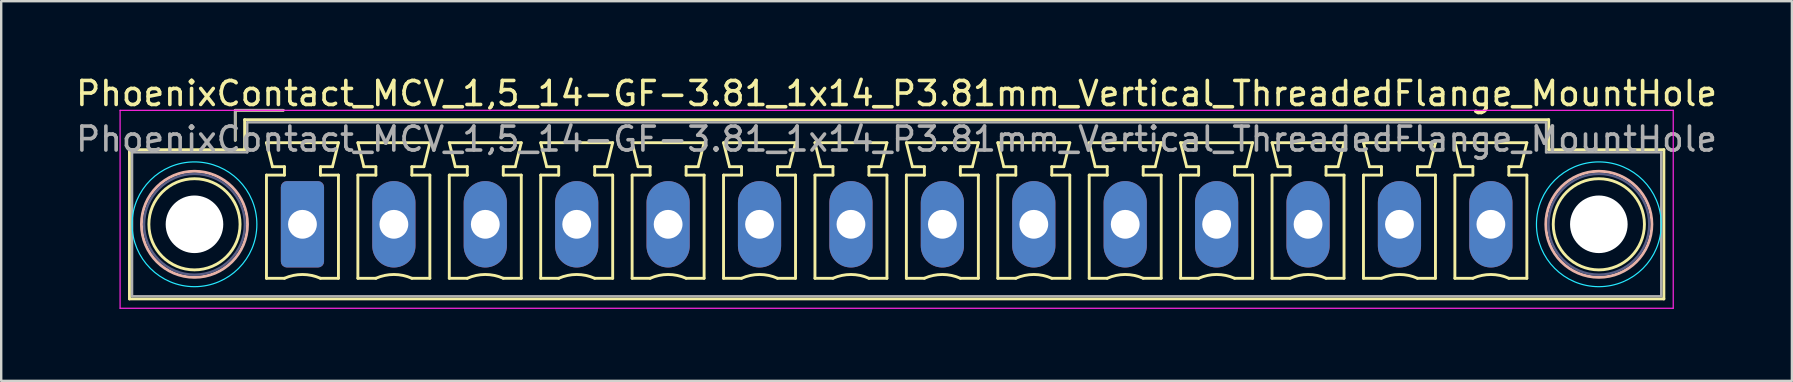
<source format=kicad_pcb>
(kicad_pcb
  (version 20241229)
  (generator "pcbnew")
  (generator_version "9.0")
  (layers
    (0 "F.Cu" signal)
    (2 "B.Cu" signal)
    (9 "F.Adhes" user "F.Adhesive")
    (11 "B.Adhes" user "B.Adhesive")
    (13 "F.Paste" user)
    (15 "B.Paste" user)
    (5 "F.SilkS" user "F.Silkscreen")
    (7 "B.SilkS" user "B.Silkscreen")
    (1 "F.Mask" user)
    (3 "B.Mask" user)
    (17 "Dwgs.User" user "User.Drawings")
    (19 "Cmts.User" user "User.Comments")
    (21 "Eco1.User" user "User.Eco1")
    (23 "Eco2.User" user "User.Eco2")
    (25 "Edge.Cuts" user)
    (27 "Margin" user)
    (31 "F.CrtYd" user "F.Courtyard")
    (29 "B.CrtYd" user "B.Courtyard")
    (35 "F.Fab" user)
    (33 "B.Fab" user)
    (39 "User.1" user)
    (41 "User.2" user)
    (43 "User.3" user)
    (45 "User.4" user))
  (footprint "PhoenixContact_MCV_1,5_14-GF-3.81_1x14_P3.81mm_Vertical_ThreadedFlange_MountHole"
    (layer "F.Cu")
    (at 9.555 6.298)
    (property "Reference" "PhoenixContact_MCV_1,5_14-GF-3.81_1x14_P3.81mm_Vertical_ThreadedFlange_MountHole" (at 24.76 -5.45 0) (layer "F.SilkS") (effects (font (size 1 1) (thickness 0.15))))
    (attr through_hole)
    (fp_line (start -7.21 -3.11) (end -7.21 3.11) (stroke (width 0.12) (type solid)) (layer "F.SilkS"))
    (fp_line (start -7.21 3.11) (end 56.74 3.11) (stroke (width 0.12) (type solid)) (layer "F.SilkS"))
    (fp_line (start -2.8 -4.75) (end -0.8 -4.75) (stroke (width 0.12) (type solid)) (layer "F.SilkS"))
    (fp_line (start -2.8 -3.5) (end -2.8 -4.75) (stroke (width 0.12) (type solid)) (layer "F.SilkS"))
    (fp_line (start -2.41 -4.36) (end -2.41 -3.11) (stroke (width 0.12) (type solid)) (layer "F.SilkS"))
    (fp_line (start -2.41 -3.11) (end -7.21 -3.11) (stroke (width 0.12) (type solid)) (layer "F.SilkS"))
    (fp_line (start -1.5 -3.4) (end 1.5 -3.4) (stroke (width 0.12) (type solid)) (layer "F.SilkS"))
    (fp_line (start -1.5 -2.05) (end -0.75 -2.05) (stroke (width 0.12) (type solid)) (layer "F.SilkS"))
    (fp_line (start -1.5 2.25) (end -1.5 -2.05) (stroke (width 0.12) (type solid)) (layer "F.SilkS"))
    (fp_line (start -1.25 -2.4) (end -1.5 -3.4) (stroke (width 0.12) (type solid)) (layer "F.SilkS"))
    (fp_line (start -0.75 -2.4) (end -1.25 -2.4) (stroke (width 0.12) (type solid)) (layer "F.SilkS"))
    (fp_line (start -0.75 -2.05) (end -0.75 -2.4) (stroke (width 0.12) (type solid)) (layer "F.SilkS"))
    (fp_line (start -0.75 2.25) (end -1.5 2.25) (stroke (width 0.12) (type solid)) (layer "F.SilkS"))
    (fp_line (start 0.75 -2.4) (end 0.75 -2.05) (stroke (width 0.12) (type solid)) (layer "F.SilkS"))
    (fp_line (start 0.75 -2.05) (end 1.5 -2.05) (stroke (width 0.12) (type solid)) (layer "F.SilkS"))
    (fp_line (start 1.25 -2.4) (end 0.75 -2.4) (stroke (width 0.12) (type solid)) (layer "F.SilkS"))
    (fp_line (start 1.5 -3.4) (end 1.25 -2.4) (stroke (width 0.12) (type solid)) (layer "F.SilkS"))
    (fp_line (start 1.5 -2.05) (end 1.5 2.25) (stroke (width 0.12) (type solid)) (layer "F.SilkS"))
    (fp_line (start 1.5 2.25) (end 0.75 2.25) (stroke (width 0.12) (type solid)) (layer "F.SilkS"))
    (fp_line (start 2.31 -3.4) (end 5.31 -3.4) (stroke (width 0.12) (type solid)) (layer "F.SilkS"))
    (fp_line (start 2.31 -2.05) (end 3.06 -2.05) (stroke (width 0.12) (type solid)) (layer "F.SilkS"))
    (fp_line (start 2.31 2.25) (end 2.31 -2.05) (stroke (width 0.12) (type solid)) (layer "F.SilkS"))
    (fp_line (start 2.56 -2.4) (end 2.31 -3.4) (stroke (width 0.12) (type solid)) (layer "F.SilkS"))
    (fp_line (start 3.06 -2.4) (end 2.56 -2.4) (stroke (width 0.12) (type solid)) (layer "F.SilkS"))
    (fp_line (start 3.06 -2.05) (end 3.06 -2.4) (stroke (width 0.12) (type solid)) (layer "F.SilkS"))
    (fp_line (start 3.06 2.25) (end 2.31 2.25) (stroke (width 0.12) (type solid)) (layer "F.SilkS"))
    (fp_line (start 4.56 -2.4) (end 4.56 -2.05) (stroke (width 0.12) (type solid)) (layer "F.SilkS"))
    (fp_line (start 4.56 -2.05) (end 5.31 -2.05) (stroke (width 0.12) (type solid)) (layer "F.SilkS"))
    (fp_line (start 5.06 -2.4) (end 4.56 -2.4) (stroke (width 0.12) (type solid)) (layer "F.SilkS"))
    (fp_line (start 5.31 -3.4) (end 5.06 -2.4) (stroke (width 0.12) (type solid)) (layer "F.SilkS"))
    (fp_line (start 5.31 -2.05) (end 5.31 2.25) (stroke (width 0.12) (type solid)) (layer "F.SilkS"))
    (fp_line (start 5.31 2.25) (end 4.56 2.25) (stroke (width 0.12) (type solid)) (layer "F.SilkS"))
    (fp_line (start 6.12 -3.4) (end 9.12 -3.4) (stroke (width 0.12) (type solid)) (layer "F.SilkS"))
    (fp_line (start 6.12 -2.05) (end 6.87 -2.05) (stroke (width 0.12) (type solid)) (layer "F.SilkS"))
    (fp_line (start 6.12 2.25) (end 6.12 -2.05) (stroke (width 0.12) (type solid)) (layer "F.SilkS"))
    (fp_line (start 6.37 -2.4) (end 6.12 -3.4) (stroke (width 0.12) (type solid)) (layer "F.SilkS"))
    (fp_line (start 6.87 -2.4) (end 6.37 -2.4) (stroke (width 0.12) (type solid)) (layer "F.SilkS"))
    (fp_line (start 6.87 -2.05) (end 6.87 -2.4) (stroke (width 0.12) (type solid)) (layer "F.SilkS"))
    (fp_line (start 6.87 2.25) (end 6.12 2.25) (stroke (width 0.12) (type solid)) (layer "F.SilkS"))
    (fp_line (start 8.37 -2.4) (end 8.37 -2.05) (stroke (width 0.12) (type solid)) (layer "F.SilkS"))
    (fp_line (start 8.37 -2.05) (end 9.12 -2.05) (stroke (width 0.12) (type solid)) (layer "F.SilkS"))
    (fp_line (start 8.87 -2.4) (end 8.37 -2.4) (stroke (width 0.12) (type solid)) (layer "F.SilkS"))
    (fp_line (start 9.12 -3.4) (end 8.87 -2.4) (stroke (width 0.12) (type solid)) (layer "F.SilkS"))
    (fp_line (start 9.12 -2.05) (end 9.12 2.25) (stroke (width 0.12) (type solid)) (layer "F.SilkS"))
    (fp_line (start 9.12 2.25) (end 8.37 2.25) (stroke (width 0.12) (type solid)) (layer "F.SilkS"))
    (fp_line (start 9.93 -3.4) (end 12.93 -3.4) (stroke (width 0.12) (type solid)) (layer "F.SilkS"))
    (fp_line (start 9.93 -2.05) (end 10.68 -2.05) (stroke (width 0.12) (type solid)) (layer "F.SilkS"))
    (fp_line (start 9.93 2.25) (end 9.93 -2.05) (stroke (width 0.12) (type solid)) (layer "F.SilkS"))
    (fp_line (start 10.18 -2.4) (end 9.93 -3.4) (stroke (width 0.12) (type solid)) (layer "F.SilkS"))
    (fp_line (start 10.68 -2.4) (end 10.18 -2.4) (stroke (width 0.12) (type solid)) (layer "F.SilkS"))
    (fp_line (start 10.68 -2.05) (end 10.68 -2.4) (stroke (width 0.12) (type solid)) (layer "F.SilkS"))
    (fp_line (start 10.68 2.25) (end 9.93 2.25) (stroke (width 0.12) (type solid)) (layer "F.SilkS"))
    (fp_line (start 12.18 -2.4) (end 12.18 -2.05) (stroke (width 0.12) (type solid)) (layer "F.SilkS"))
    (fp_line (start 12.18 -2.05) (end 12.93 -2.05) (stroke (width 0.12) (type solid)) (layer "F.SilkS"))
    (fp_line (start 12.68 -2.4) (end 12.18 -2.4) (stroke (width 0.12) (type solid)) (layer "F.SilkS"))
    (fp_line (start 12.93 -3.4) (end 12.68 -2.4) (stroke (width 0.12) (type solid)) (layer "F.SilkS"))
    (fp_line (start 12.93 -2.05) (end 12.93 2.25) (stroke (width 0.12) (type solid)) (layer "F.SilkS"))
    (fp_line (start 12.93 2.25) (end 12.18 2.25) (stroke (width 0.12) (type solid)) (layer "F.SilkS"))
    (fp_line (start 13.74 -3.4) (end 16.74 -3.4) (stroke (width 0.12) (type solid)) (layer "F.SilkS"))
    (fp_line (start 13.74 -2.05) (end 14.49 -2.05) (stroke (width 0.12) (type solid)) (layer "F.SilkS"))
    (fp_line (start 13.74 2.25) (end 13.74 -2.05) (stroke (width 0.12) (type solid)) (layer "F.SilkS"))
    (fp_line (start 13.99 -2.4) (end 13.74 -3.4) (stroke (width 0.12) (type solid)) (layer "F.SilkS"))
    (fp_line (start 14.49 -2.4) (end 13.99 -2.4) (stroke (width 0.12) (type solid)) (layer "F.SilkS"))
    (fp_line (start 14.49 -2.05) (end 14.49 -2.4) (stroke (width 0.12) (type solid)) (layer "F.SilkS"))
    (fp_line (start 14.49 2.25) (end 13.74 2.25) (stroke (width 0.12) (type solid)) (layer "F.SilkS"))
    (fp_line (start 15.99 -2.4) (end 15.99 -2.05) (stroke (width 0.12) (type solid)) (layer "F.SilkS"))
    (fp_line (start 15.99 -2.05) (end 16.74 -2.05) (stroke (width 0.12) (type solid)) (layer "F.SilkS"))
    (fp_line (start 16.49 -2.4) (end 15.99 -2.4) (stroke (width 0.12) (type solid)) (layer "F.SilkS"))
    (fp_line (start 16.74 -3.4) (end 16.49 -2.4) (stroke (width 0.12) (type solid)) (layer "F.SilkS"))
    (fp_line (start 16.74 -2.05) (end 16.74 2.25) (stroke (width 0.12) (type solid)) (layer "F.SilkS"))
    (fp_line (start 16.74 2.25) (end 15.99 2.25) (stroke (width 0.12) (type solid)) (layer "F.SilkS"))
    (fp_line (start 17.55 -3.4) (end 20.55 -3.4) (stroke (width 0.12) (type solid)) (layer "F.SilkS"))
    (fp_line (start 17.55 -2.05) (end 18.3 -2.05) (stroke (width 0.12) (type solid)) (layer "F.SilkS"))
    (fp_line (start 17.55 2.25) (end 17.55 -2.05) (stroke (width 0.12) (type solid)) (layer "F.SilkS"))
    (fp_line (start 17.8 -2.4) (end 17.55 -3.4) (stroke (width 0.12) (type solid)) (layer "F.SilkS"))
    (fp_line (start 18.3 -2.4) (end 17.8 -2.4) (stroke (width 0.12) (type solid)) (layer "F.SilkS"))
    (fp_line (start 18.3 -2.05) (end 18.3 -2.4) (stroke (width 0.12) (type solid)) (layer "F.SilkS"))
    (fp_line (start 18.3 2.25) (end 17.55 2.25) (stroke (width 0.12) (type solid)) (layer "F.SilkS"))
    (fp_line (start 19.8 -2.4) (end 19.8 -2.05) (stroke (width 0.12) (type solid)) (layer "F.SilkS"))
    (fp_line (start 19.8 -2.05) (end 20.55 -2.05) (stroke (width 0.12) (type solid)) (layer "F.SilkS"))
    (fp_line (start 20.3 -2.4) (end 19.8 -2.4) (stroke (width 0.12) (type solid)) (layer "F.SilkS"))
    (fp_line (start 20.55 -3.4) (end 20.3 -2.4) (stroke (width 0.12) (type solid)) (layer "F.SilkS"))
    (fp_line (start 20.55 -2.05) (end 20.55 2.25) (stroke (width 0.12) (type solid)) (layer "F.SilkS"))
    (fp_line (start 20.55 2.25) (end 19.8 2.25) (stroke (width 0.12) (type solid)) (layer "F.SilkS"))
    (fp_line (start 21.36 -3.4) (end 24.36 -3.4) (stroke (width 0.12) (type solid)) (layer "F.SilkS"))
    (fp_line (start 21.36 -2.05) (end 22.11 -2.05) (stroke (width 0.12) (type solid)) (layer "F.SilkS"))
    (fp_line (start 21.36 2.25) (end 21.36 -2.05) (stroke (width 0.12) (type solid)) (layer "F.SilkS"))
    (fp_line (start 21.61 -2.4) (end 21.36 -3.4) (stroke (width 0.12) (type solid)) (layer "F.SilkS"))
    (fp_line (start 22.11 -2.4) (end 21.61 -2.4) (stroke (width 0.12) (type solid)) (layer "F.SilkS"))
    (fp_line (start 22.11 -2.05) (end 22.11 -2.4) (stroke (width 0.12) (type solid)) (layer "F.SilkS"))
    (fp_line (start 22.11 2.25) (end 21.36 2.25) (stroke (width 0.12) (type solid)) (layer "F.SilkS"))
    (fp_line (start 23.61 -2.4) (end 23.61 -2.05) (stroke (width 0.12) (type solid)) (layer "F.SilkS"))
    (fp_line (start 23.61 -2.05) (end 24.36 -2.05) (stroke (width 0.12) (type solid)) (layer "F.SilkS"))
    (fp_line (start 24.11 -2.4) (end 23.61 -2.4) (stroke (width 0.12) (type solid)) (layer "F.SilkS"))
    (fp_line (start 24.36 -3.4) (end 24.11 -2.4) (stroke (width 0.12) (type solid)) (layer "F.SilkS"))
    (fp_line (start 24.36 -2.05) (end 24.36 2.25) (stroke (width 0.12) (type solid)) (layer "F.SilkS"))
    (fp_line (start 24.36 2.25) (end 23.61 2.25) (stroke (width 0.12) (type solid)) (layer "F.SilkS"))
    (fp_line (start 25.17 -3.4) (end 28.17 -3.4) (stroke (width 0.12) (type solid)) (layer "F.SilkS"))
    (fp_line (start 25.17 -2.05) (end 25.92 -2.05) (stroke (width 0.12) (type solid)) (layer "F.SilkS"))
    (fp_line (start 25.17 2.25) (end 25.17 -2.05) (stroke (width 0.12) (type solid)) (layer "F.SilkS"))
    (fp_line (start 25.42 -2.4) (end 25.17 -3.4) (stroke (width 0.12) (type solid)) (layer "F.SilkS"))
    (fp_line (start 25.92 -2.4) (end 25.42 -2.4) (stroke (width 0.12) (type solid)) (layer "F.SilkS"))
    (fp_line (start 25.92 -2.05) (end 25.92 -2.4) (stroke (width 0.12) (type solid)) (layer "F.SilkS"))
    (fp_line (start 25.92 2.25) (end 25.17 2.25) (stroke (width 0.12) (type solid)) (layer "F.SilkS"))
    (fp_line (start 27.42 -2.4) (end 27.42 -2.05) (stroke (width 0.12) (type solid)) (layer "F.SilkS"))
    (fp_line (start 27.42 -2.05) (end 28.17 -2.05) (stroke (width 0.12) (type solid)) (layer "F.SilkS"))
    (fp_line (start 27.92 -2.4) (end 27.42 -2.4) (stroke (width 0.12) (type solid)) (layer "F.SilkS"))
    (fp_line (start 28.17 -3.4) (end 27.92 -2.4) (stroke (width 0.12) (type solid)) (layer "F.SilkS"))
    (fp_line (start 28.17 -2.05) (end 28.17 2.25) (stroke (width 0.12) (type solid)) (layer "F.SilkS"))
    (fp_line (start 28.17 2.25) (end 27.42 2.25) (stroke (width 0.12) (type solid)) (layer "F.SilkS"))
    (fp_line (start 28.98 -3.4) (end 31.98 -3.4) (stroke (width 0.12) (type solid)) (layer "F.SilkS"))
    (fp_line (start 28.98 -2.05) (end 29.73 -2.05) (stroke (width 0.12) (type solid)) (layer "F.SilkS"))
    (fp_line (start 28.98 2.25) (end 28.98 -2.05) (stroke (width 0.12) (type solid)) (layer "F.SilkS"))
    (fp_line (start 29.23 -2.4) (end 28.98 -3.4) (stroke (width 0.12) (type solid)) (layer "F.SilkS"))
    (fp_line (start 29.73 -2.4) (end 29.23 -2.4) (stroke (width 0.12) (type solid)) (layer "F.SilkS"))
    (fp_line (start 29.73 -2.05) (end 29.73 -2.4) (stroke (width 0.12) (type solid)) (layer "F.SilkS"))
    (fp_line (start 29.73 2.25) (end 28.98 2.25) (stroke (width 0.12) (type solid)) (layer "F.SilkS"))
    (fp_line (start 31.23 -2.4) (end 31.23 -2.05) (stroke (width 0.12) (type solid)) (layer "F.SilkS"))
    (fp_line (start 31.23 -2.05) (end 31.98 -2.05) (stroke (width 0.12) (type solid)) (layer "F.SilkS"))
    (fp_line (start 31.73 -2.4) (end 31.23 -2.4) (stroke (width 0.12) (type solid)) (layer "F.SilkS"))
    (fp_line (start 31.98 -3.4) (end 31.73 -2.4) (stroke (width 0.12) (type solid)) (layer "F.SilkS"))
    (fp_line (start 31.98 -2.05) (end 31.98 2.25) (stroke (width 0.12) (type solid)) (layer "F.SilkS"))
    (fp_line (start 31.98 2.25) (end 31.23 2.25) (stroke (width 0.12) (type solid)) (layer "F.SilkS"))
    (fp_line (start 32.79 -3.4) (end 35.79 -3.4) (stroke (width 0.12) (type solid)) (layer "F.SilkS"))
    (fp_line (start 32.79 -2.05) (end 33.54 -2.05) (stroke (width 0.12) (type solid)) (layer "F.SilkS"))
    (fp_line (start 32.79 2.25) (end 32.79 -2.05) (stroke (width 0.12) (type solid)) (layer "F.SilkS"))
    (fp_line (start 33.04 -2.4) (end 32.79 -3.4) (stroke (width 0.12) (type solid)) (layer "F.SilkS"))
    (fp_line (start 33.54 -2.4) (end 33.04 -2.4) (stroke (width 0.12) (type solid)) (layer "F.SilkS"))
    (fp_line (start 33.54 -2.05) (end 33.54 -2.4) (stroke (width 0.12) (type solid)) (layer "F.SilkS"))
    (fp_line (start 33.54 2.25) (end 32.79 2.25) (stroke (width 0.12) (type solid)) (layer "F.SilkS"))
    (fp_line (start 35.04 -2.4) (end 35.04 -2.05) (stroke (width 0.12) (type solid)) (layer "F.SilkS"))
    (fp_line (start 35.04 -2.05) (end 35.79 -2.05) (stroke (width 0.12) (type solid)) (layer "F.SilkS"))
    (fp_line (start 35.54 -2.4) (end 35.04 -2.4) (stroke (width 0.12) (type solid)) (layer "F.SilkS"))
    (fp_line (start 35.79 -3.4) (end 35.54 -2.4) (stroke (width 0.12) (type solid)) (layer "F.SilkS"))
    (fp_line (start 35.79 -2.05) (end 35.79 2.25) (stroke (width 0.12) (type solid)) (layer "F.SilkS"))
    (fp_line (start 35.79 2.25) (end 35.04 2.25) (stroke (width 0.12) (type solid)) (layer "F.SilkS"))
    (fp_line (start 36.6 -3.4) (end 39.6 -3.4) (stroke (width 0.12) (type solid)) (layer "F.SilkS"))
    (fp_line (start 36.6 -2.05) (end 37.35 -2.05) (stroke (width 0.12) (type solid)) (layer "F.SilkS"))
    (fp_line (start 36.6 2.25) (end 36.6 -2.05) (stroke (width 0.12) (type solid)) (layer "F.SilkS"))
    (fp_line (start 36.85 -2.4) (end 36.6 -3.4) (stroke (width 0.12) (type solid)) (layer "F.SilkS"))
    (fp_line (start 37.35 -2.4) (end 36.85 -2.4) (stroke (width 0.12) (type solid)) (layer "F.SilkS"))
    (fp_line (start 37.35 -2.05) (end 37.35 -2.4) (stroke (width 0.12) (type solid)) (layer "F.SilkS"))
    (fp_line (start 37.35 2.25) (end 36.6 2.25) (stroke (width 0.12) (type solid)) (layer "F.SilkS"))
    (fp_line (start 38.85 -2.4) (end 38.85 -2.05) (stroke (width 0.12) (type solid)) (layer "F.SilkS"))
    (fp_line (start 38.85 -2.05) (end 39.6 -2.05) (stroke (width 0.12) (type solid)) (layer "F.SilkS"))
    (fp_line (start 39.35 -2.4) (end 38.85 -2.4) (stroke (width 0.12) (type solid)) (layer "F.SilkS"))
    (fp_line (start 39.6 -3.4) (end 39.35 -2.4) (stroke (width 0.12) (type solid)) (layer "F.SilkS"))
    (fp_line (start 39.6 -2.05) (end 39.6 2.25) (stroke (width 0.12) (type solid)) (layer "F.SilkS"))
    (fp_line (start 39.6 2.25) (end 38.85 2.25) (stroke (width 0.12) (type solid)) (layer "F.SilkS"))
    (fp_line (start 40.41 -3.4) (end 43.41 -3.4) (stroke (width 0.12) (type solid)) (layer "F.SilkS"))
    (fp_line (start 40.41 -2.05) (end 41.16 -2.05) (stroke (width 0.12) (type solid)) (layer "F.SilkS"))
    (fp_line (start 40.41 2.25) (end 40.41 -2.05) (stroke (width 0.12) (type solid)) (layer "F.SilkS"))
    (fp_line (start 40.66 -2.4) (end 40.41 -3.4) (stroke (width 0.12) (type solid)) (layer "F.SilkS"))
    (fp_line (start 41.16 -2.4) (end 40.66 -2.4) (stroke (width 0.12) (type solid)) (layer "F.SilkS"))
    (fp_line (start 41.16 -2.05) (end 41.16 -2.4) (stroke (width 0.12) (type solid)) (layer "F.SilkS"))
    (fp_line (start 41.16 2.25) (end 40.41 2.25) (stroke (width 0.12) (type solid)) (layer "F.SilkS"))
    (fp_line (start 42.66 -2.4) (end 42.66 -2.05) (stroke (width 0.12) (type solid)) (layer "F.SilkS"))
    (fp_line (start 42.66 -2.05) (end 43.41 -2.05) (stroke (width 0.12) (type solid)) (layer "F.SilkS"))
    (fp_line (start 43.16 -2.4) (end 42.66 -2.4) (stroke (width 0.12) (type solid)) (layer "F.SilkS"))
    (fp_line (start 43.41 -3.4) (end 43.16 -2.4) (stroke (width 0.12) (type solid)) (layer "F.SilkS"))
    (fp_line (start 43.41 -2.05) (end 43.41 2.25) (stroke (width 0.12) (type solid)) (layer "F.SilkS"))
    (fp_line (start 43.41 2.25) (end 42.66 2.25) (stroke (width 0.12) (type solid)) (layer "F.SilkS"))
    (fp_line (start 44.22 -3.4) (end 47.22 -3.4) (stroke (width 0.12) (type solid)) (layer "F.SilkS"))
    (fp_line (start 44.22 -2.05) (end 44.97 -2.05) (stroke (width 0.12) (type solid)) (layer "F.SilkS"))
    (fp_line (start 44.22 2.25) (end 44.22 -2.05) (stroke (width 0.12) (type solid)) (layer "F.SilkS"))
    (fp_line (start 44.47 -2.4) (end 44.22 -3.4) (stroke (width 0.12) (type solid)) (layer "F.SilkS"))
    (fp_line (start 44.97 -2.4) (end 44.47 -2.4) (stroke (width 0.12) (type solid)) (layer "F.SilkS"))
    (fp_line (start 44.97 -2.05) (end 44.97 -2.4) (stroke (width 0.12) (type solid)) (layer "F.SilkS"))
    (fp_line (start 44.97 2.25) (end 44.22 2.25) (stroke (width 0.12) (type solid)) (layer "F.SilkS"))
    (fp_line (start 46.47 -2.4) (end 46.47 -2.05) (stroke (width 0.12) (type solid)) (layer "F.SilkS"))
    (fp_line (start 46.47 -2.05) (end 47.22 -2.05) (stroke (width 0.12) (type solid)) (layer "F.SilkS"))
    (fp_line (start 46.97 -2.4) (end 46.47 -2.4) (stroke (width 0.12) (type solid)) (layer "F.SilkS"))
    (fp_line (start 47.22 -3.4) (end 46.97 -2.4) (stroke (width 0.12) (type solid)) (layer "F.SilkS"))
    (fp_line (start 47.22 -2.05) (end 47.22 2.25) (stroke (width 0.12) (type solid)) (layer "F.SilkS"))
    (fp_line (start 47.22 2.25) (end 46.47 2.25) (stroke (width 0.12) (type solid)) (layer "F.SilkS"))
    (fp_line (start 48.03 -3.4) (end 51.03 -3.4) (stroke (width 0.12) (type solid)) (layer "F.SilkS"))
    (fp_line (start 48.03 -2.05) (end 48.78 -2.05) (stroke (width 0.12) (type solid)) (layer "F.SilkS"))
    (fp_line (start 48.03 2.25) (end 48.03 -2.05) (stroke (width 0.12) (type solid)) (layer "F.SilkS"))
    (fp_line (start 48.28 -2.4) (end 48.03 -3.4) (stroke (width 0.12) (type solid)) (layer "F.SilkS"))
    (fp_line (start 48.78 -2.4) (end 48.28 -2.4) (stroke (width 0.12) (type solid)) (layer "F.SilkS"))
    (fp_line (start 48.78 -2.05) (end 48.78 -2.4) (stroke (width 0.12) (type solid)) (layer "F.SilkS"))
    (fp_line (start 48.78 2.25) (end 48.03 2.25) (stroke (width 0.12) (type solid)) (layer "F.SilkS"))
    (fp_line (start 50.28 -2.4) (end 50.28 -2.05) (stroke (width 0.12) (type solid)) (layer "F.SilkS"))
    (fp_line (start 50.28 -2.05) (end 51.03 -2.05) (stroke (width 0.12) (type solid)) (layer "F.SilkS"))
    (fp_line (start 50.78 -2.4) (end 50.28 -2.4) (stroke (width 0.12) (type solid)) (layer "F.SilkS"))
    (fp_line (start 51.03 -3.4) (end 50.78 -2.4) (stroke (width 0.12) (type solid)) (layer "F.SilkS"))
    (fp_line (start 51.03 -2.05) (end 51.03 2.25) (stroke (width 0.12) (type solid)) (layer "F.SilkS"))
    (fp_line (start 51.03 2.25) (end 50.28 2.25) (stroke (width 0.12) (type solid)) (layer "F.SilkS"))
    (fp_line (start 51.94 -4.36) (end -2.41 -4.36) (stroke (width 0.12) (type solid)) (layer "F.SilkS"))
    (fp_line (start 51.94 -3.11) (end 51.94 -4.36) (stroke (width 0.12) (type solid)) (layer "F.SilkS"))
    (fp_line (start 56.74 -3.11) (end 51.94 -3.11) (stroke (width 0.12) (type solid)) (layer "F.SilkS"))
    (fp_line (start 56.74 3.11) (end 56.74 -3.11) (stroke (width 0.12) (type solid)) (layer "F.SilkS"))
    (fp_arc (start -0.75 2.25) (mid -0.000193 2.09191) (end 0.749647 2.249844) (stroke (width 0.12) (type solid)) (layer "F.SilkS"))
    (fp_arc (start 3.06 2.25) (mid 3.809807 2.09191) (end 4.559647 2.249844) (stroke (width 0.12) (type solid)) (layer "F.SilkS"))
    (fp_arc (start 6.87 2.25) (mid 7.619807 2.09191) (end 8.369647 2.249844) (stroke (width 0.12) (type solid)) (layer "F.SilkS"))
    (fp_arc (start 10.68 2.25) (mid 11.429807 2.09191) (end 12.179647 2.249844) (stroke (width 0.12) (type solid)) (layer "F.SilkS"))
    (fp_arc (start 14.49 2.25) (mid 15.239807 2.09191) (end 15.989647 2.249844) (stroke (width 0.12) (type solid)) (layer "F.SilkS"))
    (fp_arc (start 18.3 2.25) (mid 19.049807 2.09191) (end 19.799647 2.249844) (stroke (width 0.12) (type solid)) (layer "F.SilkS"))
    (fp_arc (start 22.11 2.25) (mid 22.859807 2.09191) (end 23.609647 2.249844) (stroke (width 0.12) (type solid)) (layer "F.SilkS"))
    (fp_arc (start 25.92 2.25) (mid 26.669807 2.09191) (end 27.419647 2.249844) (stroke (width 0.12) (type solid)) (layer "F.SilkS"))
    (fp_arc (start 29.73 2.25) (mid 30.479807 2.09191) (end 31.229647 2.249844) (stroke (width 0.12) (type solid)) (layer "F.SilkS"))
    (fp_arc (start 33.54 2.25) (mid 34.289807 2.09191) (end 35.039647 2.249844) (stroke (width 0.12) (type solid)) (layer "F.SilkS"))
    (fp_arc (start 37.35 2.25) (mid 38.099807 2.09191) (end 38.849647 2.249844) (stroke (width 0.12) (type solid)) (layer "F.SilkS"))
    (fp_arc (start 41.16 2.25) (mid 41.909807 2.09191) (end 42.659647 2.249844) (stroke (width 0.12) (type solid)) (layer "F.SilkS"))
    (fp_arc (start 44.97 2.25) (mid 45.719807 2.09191) (end 46.469647 2.249844) (stroke (width 0.12) (type solid)) (layer "F.SilkS"))
    (fp_arc (start 48.78 2.25) (mid 49.529807 2.09191) (end 50.279647 2.249844) (stroke (width 0.12) (type solid)) (layer "F.SilkS"))
    (fp_circle (center -4.5 0) (end -2.6 0) (stroke (width 0.12) (type solid)) (fill no) (layer "F.SilkS"))
    (fp_circle (center 54.03 0) (end 55.93 0) (stroke (width 0.12) (type solid)) (fill no) (layer "F.SilkS"))
    (fp_circle (center -4.5 0) (end -2.29 0) (stroke (width 0.12) (type solid)) (fill no) (layer "B.SilkS"))
    (fp_circle (center 54.03 0) (end 56.24 0) (stroke (width 0.12) (type solid)) (fill no) (layer "B.SilkS"))
    (fp_circle (center -4.5 0) (end -1.9 0) (stroke (width 0.05) (type solid)) (fill no) (layer "B.CrtYd"))
    (fp_circle (center 54.03 0) (end 56.63 0) (stroke (width 0.05) (type solid)) (fill no) (layer "B.CrtYd"))
    (fp_line (start -7.6 -4.75) (end -7.6 3.5) (stroke (width 0.05) (type solid)) (layer "F.CrtYd"))
    (fp_line (start -7.6 3.5) (end 57.13 3.5) (stroke (width 0.05) (type solid)) (layer "F.CrtYd"))
    (fp_line (start 57.13 -4.75) (end -7.6 -4.75) (stroke (width 0.05) (type solid)) (layer "F.CrtYd"))
    (fp_line (start 57.13 3.5) (end 57.13 -4.75) (stroke (width 0.05) (type solid)) (layer "F.CrtYd"))
    (fp_circle (center -4.5 0) (end -2.4 0) (stroke (width 0.1) (type solid)) (fill no) (layer "B.Fab"))
    (fp_circle (center 54.03 0) (end 56.13 0) (stroke (width 0.1) (type solid)) (fill no) (layer "B.Fab"))
    (fp_line (start -7.1 -3) (end -7.1 3) (stroke (width 0.1) (type solid)) (layer "F.Fab"))
    (fp_line (start -7.1 3) (end 56.63 3) (stroke (width 0.1) (type solid)) (layer "F.Fab"))
    (fp_line (start -2.8 -4.75) (end -0.8 -4.75) (stroke (width 0.1) (type solid)) (layer "F.Fab"))
    (fp_line (start -2.8 -3.5) (end -2.8 -4.75) (stroke (width 0.1) (type solid)) (layer "F.Fab"))
    (fp_line (start -2.3 -4.25) (end -2.3 -3) (stroke (width 0.1) (type solid)) (layer "F.Fab"))
    (fp_line (start -2.3 -3) (end -7.1 -3) (stroke (width 0.1) (type solid)) (layer "F.Fab"))
    (fp_line (start 51.83 -4.25) (end -2.3 -4.25) (stroke (width 0.1) (type solid)) (layer "F.Fab"))
    (fp_line (start 51.83 -3) (end 51.83 -4.25) (stroke (width 0.1) (type solid)) (layer "F.Fab"))
    (fp_line (start 56.63 -3) (end 51.83 -3) (stroke (width 0.1) (type solid)) (layer "F.Fab"))
    (fp_line (start 56.63 3) (end 56.63 -3) (stroke (width 0.1) (type solid)) (layer "F.Fab"))
    (fp_text user "${REFERENCE}" (at 24.76 -3.55 0) (layer "F.Fab") (effects (font (size 1 1) (thickness 0.15))))
    (pad "" np_thru_hole circle (at -4.5 0) (size 2.4 2.4) (drill 2.4) (layers "*.Cu" "*.Mask"))
    (pad "" np_thru_hole circle (at 54.03 0) (size 2.4 2.4) (drill 2.4) (layers "*.Cu" "*.Mask"))
    (pad "1" thru_hole roundrect (at 0 0) (size 1.8 3.6) (drill 1.2) (layers "*.Cu" "*.Mask") (roundrect_rratio 0.139))
    (pad "2" thru_hole oval (at 3.81 0) (size 1.8 3.6) (drill 1.2) (layers "*.Cu" "*.Mask"))
    (pad "3" thru_hole oval (at 7.62 0) (size 1.8 3.6) (drill 1.2) (layers "*.Cu" "*.Mask"))
    (pad "4" thru_hole oval (at 11.43 0) (size 1.8 3.6) (drill 1.2) (layers "*.Cu" "*.Mask"))
    (pad "5" thru_hole oval (at 15.24 0) (size 1.8 3.6) (drill 1.2) (layers "*.Cu" "*.Mask"))
    (pad "6" thru_hole oval (at 19.05 0) (size 1.8 3.6) (drill 1.2) (layers "*.Cu" "*.Mask"))
    (pad "7" thru_hole oval (at 22.86 0) (size 1.8 3.6) (drill 1.2) (layers "*.Cu" "*.Mask"))
    (pad "8" thru_hole oval (at 26.67 0) (size 1.8 3.6) (drill 1.2) (layers "*.Cu" "*.Mask"))
    (pad "9" thru_hole oval (at 30.48 0) (size 1.8 3.6) (drill 1.2) (layers "*.Cu" "*.Mask"))
    (pad "10" thru_hole oval (at 34.29 0) (size 1.8 3.6) (drill 1.2) (layers "*.Cu" "*.Mask"))
    (pad "11" thru_hole oval (at 38.1 0) (size 1.8 3.6) (drill 1.2) (layers "*.Cu" "*.Mask"))
    (pad "12" thru_hole oval (at 41.91 0) (size 1.8 3.6) (drill 1.2) (layers "*.Cu" "*.Mask"))
    (pad "13" thru_hole oval (at 45.72 0) (size 1.8 3.6) (drill 1.2) (layers "*.Cu" "*.Mask"))
    (pad "14" thru_hole oval (at 49.53 0) (size 1.8 3.6) (drill 1.2) (layers "*.Cu" "*.Mask")))
  (gr_rect
    (start -3 -3)
    (end 71.631 12.823)
    (stroke (width 0.1) (type default))
    (fill no)
    (layer "Edge.Cuts")))
</source>
